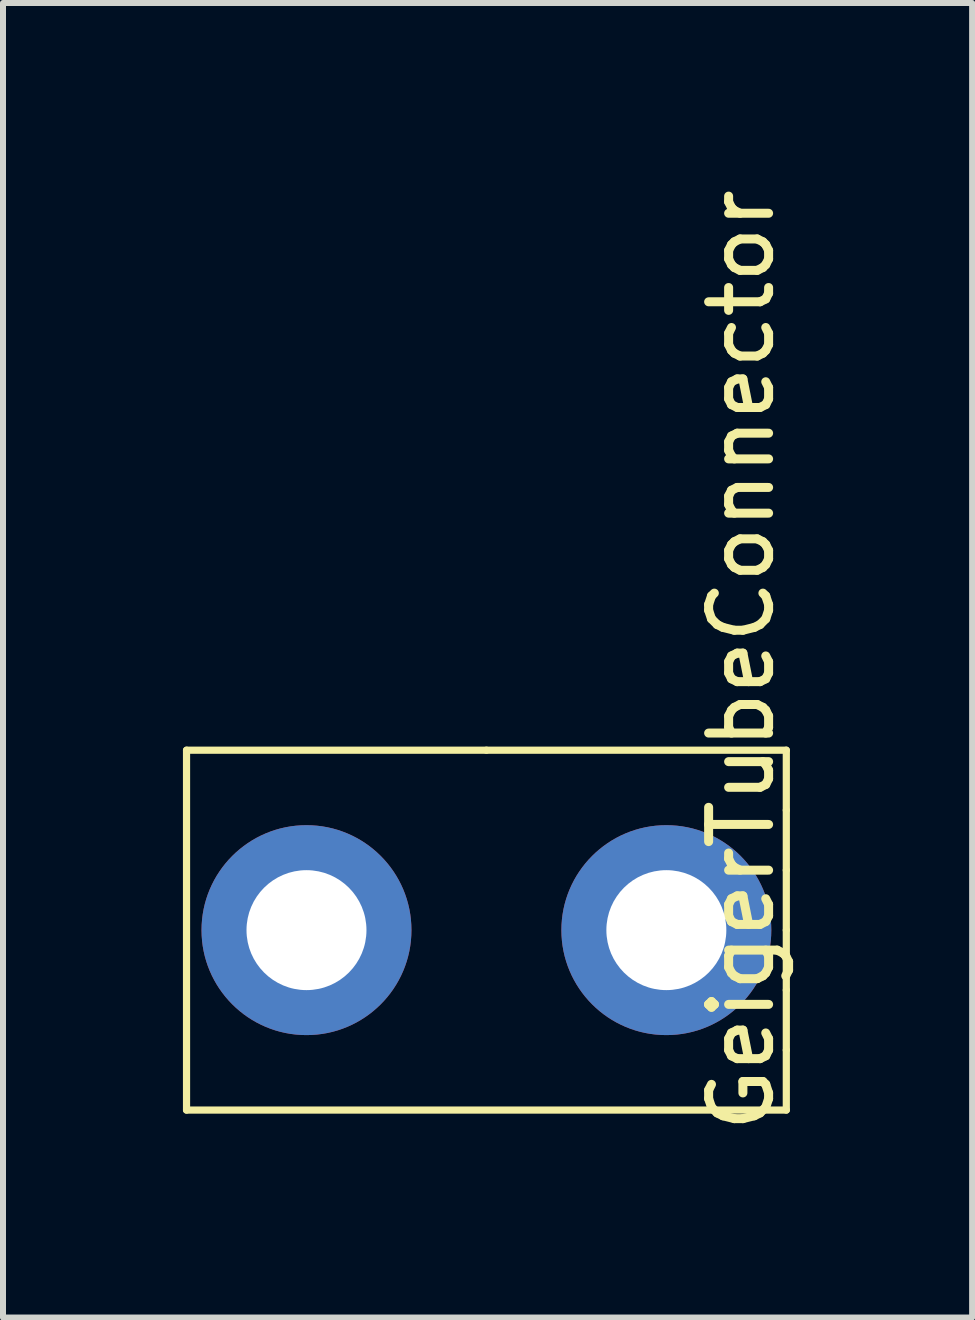
<source format=kicad_pcb>
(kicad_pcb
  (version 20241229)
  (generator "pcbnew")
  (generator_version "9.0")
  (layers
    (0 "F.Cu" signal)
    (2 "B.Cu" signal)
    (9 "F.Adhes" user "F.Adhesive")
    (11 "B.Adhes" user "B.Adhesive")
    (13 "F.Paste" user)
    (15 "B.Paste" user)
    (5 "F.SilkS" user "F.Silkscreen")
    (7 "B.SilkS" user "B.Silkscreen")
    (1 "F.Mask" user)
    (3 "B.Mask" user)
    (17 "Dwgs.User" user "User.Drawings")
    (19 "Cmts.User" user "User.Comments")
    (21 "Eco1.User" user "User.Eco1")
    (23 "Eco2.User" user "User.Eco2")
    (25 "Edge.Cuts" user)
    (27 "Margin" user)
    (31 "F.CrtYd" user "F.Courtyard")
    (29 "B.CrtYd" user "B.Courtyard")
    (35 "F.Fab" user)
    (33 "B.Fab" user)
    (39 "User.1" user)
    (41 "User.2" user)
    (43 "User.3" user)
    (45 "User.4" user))
  (footprint "GeigerTubeConnector"
    (layer "F.Cu")
    (at 5.06 4.458)
    (property "Reference" "GeigerTubeConnector" (at 4.25 3.5 270) (layer "F.SilkS") (effects (font (size 1 1) (thickness 0.15))))
    (attr through_hole)
    (fp_line (start -5 5) (end 0 5) (stroke (width 0.12) (type solid)) (layer "F.SilkS"))
    (fp_line (start -5 11) (end -5 5) (stroke (width 0.12) (type solid)) (layer "F.SilkS"))
    (fp_line (start 0 5) (end 5 5) (stroke (width 0.12) (type solid)) (layer "F.SilkS"))
    (fp_line (start 5 5) (end 5 6) (stroke (width 0.12) (type solid)) (layer "F.SilkS"))
    (fp_line (start 5 6) (end 5 7) (stroke (width 0.12) (type solid)) (layer "F.SilkS"))
    (fp_line (start 5 7) (end 5 8) (stroke (width 0.12) (type solid)) (layer "F.SilkS"))
    (fp_line (start 5 8) (end 5 9) (stroke (width 0.12) (type solid)) (layer "F.SilkS"))
    (fp_line (start 5 9) (end 5 10) (stroke (width 0.12) (type solid)) (layer "F.SilkS"))
    (fp_line (start 5 10) (end 5 11) (stroke (width 0.12) (type solid)) (layer "F.SilkS"))
    (fp_line (start 5 11) (end -5 11) (stroke (width 0.12) (type solid)) (layer "F.SilkS"))
    (pad "1" thru_hole circle (at -3 8) (size 3.5 3.5) (drill 2) (layers "*.Cu" "*.Mask"))
    (pad "1" thru_hole circle (at 3 8) (size 3.5 3.5) (drill 2) (layers "*.Cu" "*.Mask")))
  (gr_rect
    (start -3 -3)
    (end 13.158 18.917)
    (stroke (width 0.1) (type default))
    (fill no)
    (layer "Edge.Cuts")))
</source>
